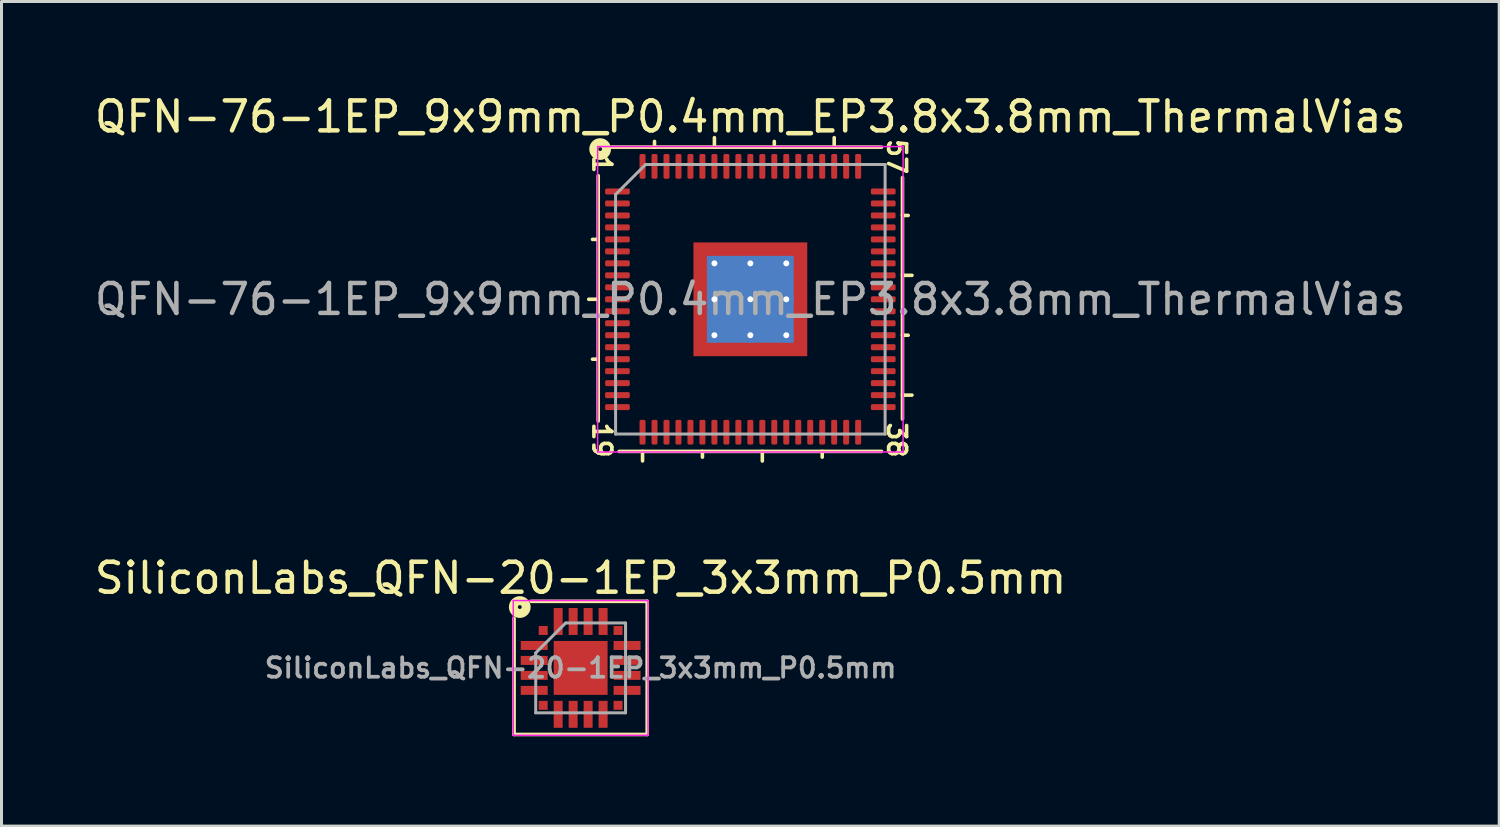
<source format=kicad_pcb>
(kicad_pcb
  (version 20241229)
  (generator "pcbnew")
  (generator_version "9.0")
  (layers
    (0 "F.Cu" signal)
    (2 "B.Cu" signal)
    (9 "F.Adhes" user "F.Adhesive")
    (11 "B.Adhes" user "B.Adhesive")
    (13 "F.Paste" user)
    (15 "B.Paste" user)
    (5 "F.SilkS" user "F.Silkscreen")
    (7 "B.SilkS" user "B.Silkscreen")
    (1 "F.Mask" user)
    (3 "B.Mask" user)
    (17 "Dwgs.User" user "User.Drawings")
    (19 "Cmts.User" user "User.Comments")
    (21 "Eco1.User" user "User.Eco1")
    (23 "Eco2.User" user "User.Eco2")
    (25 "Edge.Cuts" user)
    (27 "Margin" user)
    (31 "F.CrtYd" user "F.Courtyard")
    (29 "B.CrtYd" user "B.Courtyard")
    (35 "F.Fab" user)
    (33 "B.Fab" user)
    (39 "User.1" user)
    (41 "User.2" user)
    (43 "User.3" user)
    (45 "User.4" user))
  (footprint "QFN-76-1EP_9x9mm_P0.4mm_EP3.8x3.8mm_ThermalVias"
    (layer "F.Cu")
    (at 22.006 6.944)
    (property "Reference" "QFN-76-1EP_9x9mm_P0.4mm_EP3.8x3.8mm_ThermalVias" (at 0 -6.096 0) (layer "F.SilkS") (effects (font (size 1 1) (thickness 0.15))))
    (attr smd)
    (fp_line (start -5.08 -4.128) (end -5.08 4.064) (stroke (width 0.12) (type solid)) (layer "F.SilkS"))
    (fp_line (start -5.08 -2) (end -5.271 -2) (stroke (width 0.12) (type solid)) (layer "F.SilkS"))
    (fp_line (start -5.08 0) (end -5.397 0) (stroke (width 0.12) (type solid)) (layer "F.SilkS"))
    (fp_line (start -5.08 2) (end -5.271 2) (stroke (width 0.12) (type solid)) (layer "F.SilkS"))
    (fp_line (start -4.381 5.08) (end 4.381 5.08) (stroke (width 0.12) (type solid)) (layer "F.SilkS"))
    (fp_line (start -3.6 5.08) (end -3.6 5.397) (stroke (width 0.12) (type solid)) (layer "F.SilkS"))
    (fp_line (start -3.2 -5.08) (end -3.2 -5.271) (stroke (width 0.12) (type solid)) (layer "F.SilkS"))
    (fp_line (start -1.6 5.08) (end -1.6 5.271) (stroke (width 0.12) (type solid)) (layer "F.SilkS"))
    (fp_line (start -1.2 -5.08) (end -1.2 -5.397) (stroke (width 0.12) (type solid)) (layer "F.SilkS"))
    (fp_line (start 0.4 5.08) (end 0.4 5.4) (stroke (width 0.12) (type solid)) (layer "F.SilkS"))
    (fp_line (start 0.8 -5.08) (end 0.8 -5.271) (stroke (width 0.12) (type solid)) (layer "F.SilkS"))
    (fp_line (start 2.4 5.08) (end 2.4 5.271) (stroke (width 0.12) (type solid)) (layer "F.SilkS"))
    (fp_line (start 2.8 -5.08) (end 2.8 -5.397) (stroke (width 0.12) (type solid)) (layer "F.SilkS"))
    (fp_line (start 4.381 -5.08) (end -4.636 -5.08) (stroke (width 0.12) (type solid)) (layer "F.SilkS"))
    (fp_line (start 5.08 -2.8) (end 5.271 -2.8) (stroke (width 0.12) (type solid)) (layer "F.SilkS"))
    (fp_line (start 5.08 -0.8) (end 5.397 -0.8) (stroke (width 0.12) (type solid)) (layer "F.SilkS"))
    (fp_line (start 5.08 1.2) (end 5.271 1.2) (stroke (width 0.12) (type solid)) (layer "F.SilkS"))
    (fp_line (start 5.08 3.2) (end 5.397 3.2) (stroke (width 0.12) (type solid)) (layer "F.SilkS"))
    (fp_line (start 5.08 4) (end 5.08 -4.064) (stroke (width 0.12) (type solid)) (layer "F.SilkS"))
    (fp_circle (center -5.016 -5.016) (end -4.953 -5.016) (stroke (width 0.3) (type solid)) (fill no) (layer "F.SilkS"))
    (fp_line (start -5.1 -5.1) (end -5.1 5.1) (stroke (width 0.05) (type solid)) (layer "F.CrtYd"))
    (fp_line (start -5.1 5.1) (end 5.1 5.1) (stroke (width 0.05) (type solid)) (layer "F.CrtYd"))
    (fp_line (start 5.1 -5.1) (end -5.1 -5.1) (stroke (width 0.05) (type solid)) (layer "F.CrtYd"))
    (fp_line (start 5.1 5.1) (end 5.1 -5.1) (stroke (width 0.05) (type solid)) (layer "F.CrtYd"))
    (fp_line (start -4.5 -3.5) (end -3.5 -4.5) (stroke (width 0.1) (type solid)) (layer "F.Fab"))
    (fp_line (start -4.5 4.5) (end -4.5 -3.5) (stroke (width 0.1) (type solid)) (layer "F.Fab"))
    (fp_line (start -3.5 -4.5) (end 4.5 -4.5) (stroke (width 0.1) (type solid)) (layer "F.Fab"))
    (fp_line (start 4.5 -4.5) (end 4.5 4.5) (stroke (width 0.1) (type solid)) (layer "F.Fab"))
    (fp_line (start 4.5 4.5) (end -4.5 4.5) (stroke (width 0.1) (type solid)) (layer "F.Fab"))
    (fp_text user "19" (at -4.953 4.699 270) (unlocked yes) (layer "F.SilkS") (effects (font (size 0.6 0.6) (thickness 0.12))))
    (fp_text user "38" (at 4.889 4.699 270) (unlocked yes) (layer "F.SilkS") (effects (font (size 0.6 0.6) (thickness 0.12))))
    (fp_text user "57" (at 4.889 -4.763 270) (unlocked yes) (layer "F.SilkS") (effects (font (size 0.6 0.6) (thickness 0.12))))
    (fp_text user "1" (at -4.953 -4.508 270) (unlocked yes) (layer "F.SilkS") (effects (font (size 0.6 0.6) (thickness 0.12))))
    (fp_text user "${REFERENCE}" (at 0 0 0) (layer "F.Fab") (effects (font (size 1 1) (thickness 0.15))))
    (pad "" smd custom (at -1.55 -1.55) (size 0.46 0.46) (layers "F.Paste") (options (anchor circle)) (primitives (gr_poly (pts (xy 0.178 0.092) (xy 0.092 0.178) (xy -0.178 0.178) (xy -0.178 -0.178) (xy 0.178 -0.178)) (width 0.208) (fill yes))))
    (pad "" smd custom (at -1.55 -0.6) (size 0.495 0.495) (layers "F.Paste") (options (anchor circle)) (primitives (gr_poly (pts (xy 0.212 -0.356) (xy 0.212 0.356) (xy 0.154 0.414) (xy -0.212 0.414) (xy -0.212 -0.414) (xy 0.154 -0.414)) (width 0.14) (fill yes))))
    (pad "" smd custom (at -1.55 0.6) (size 0.495 0.495) (layers "F.Paste") (options (anchor circle)) (primitives (gr_poly (pts (xy 0.212 -0.356) (xy 0.212 0.356) (xy 0.154 0.414) (xy -0.212 0.414) (xy -0.212 -0.414) (xy 0.154 -0.414)) (width 0.14) (fill yes))))
    (pad "" smd custom (at -1.55 1.55) (size 0.46 0.46) (layers "F.Paste") (options (anchor circle)) (primitives (gr_poly (pts (xy 0.178 -0.092) (xy 0.178 0.178) (xy -0.178 0.178) (xy -0.178 -0.178) (xy 0.092 -0.178)) (width 0.208) (fill yes))))
    (pad "" smd custom (at -0.6 -1.55) (size 0.495 0.495) (layers "F.Paste") (options (anchor circle)) (primitives (gr_poly (pts (xy 0.414 0.154) (xy 0.356 0.212) (xy -0.356 0.212) (xy -0.414 0.154) (xy -0.414 -0.212) (xy 0.414 -0.212)) (width 0.14) (fill yes))))
    (pad "" smd roundrect (at -0.6 -0.6) (size 0.967 0.967) (layers "F.Paste") (roundrect_rratio 0.25))
    (pad "" smd roundrect (at -0.6 0.6) (size 0.967 0.967) (layers "F.Paste") (roundrect_rratio 0.25))
    (pad "" smd custom (at -0.6 1.55) (size 0.495 0.495) (layers "F.Paste") (options (anchor circle)) (primitives (gr_poly (pts (xy 0.414 -0.154) (xy 0.414 0.212) (xy -0.414 0.212) (xy -0.414 -0.154) (xy -0.356 -0.212) (xy 0.356 -0.212)) (width 0.14) (fill yes))))
    (pad "" smd custom (at 0.6 -1.55) (size 0.495 0.495) (layers "F.Paste") (options (anchor circle)) (primitives (gr_poly (pts (xy 0.414 0.154) (xy 0.356 0.212) (xy -0.356 0.212) (xy -0.414 0.154) (xy -0.414 -0.212) (xy 0.414 -0.212)) (width 0.14) (fill yes))))
    (pad "" smd roundrect (at 0.6 -0.6) (size 0.967 0.967) (layers "F.Paste") (roundrect_rratio 0.25))
    (pad "" smd roundrect (at 0.6 0.6) (size 0.967 0.967) (layers "F.Paste") (roundrect_rratio 0.25))
    (pad "" smd custom (at 0.6 1.55) (size 0.495 0.495) (layers "F.Paste") (options (anchor circle)) (primitives (gr_poly (pts (xy 0.414 -0.154) (xy 0.414 0.212) (xy -0.414 0.212) (xy -0.414 -0.154) (xy -0.356 -0.212) (xy 0.356 -0.212)) (width 0.14) (fill yes))))
    (pad "" smd custom (at 1.55 -1.55) (size 0.46 0.46) (layers "F.Paste") (options (anchor circle)) (primitives (gr_poly (pts (xy 0.178 0.178) (xy -0.092 0.178) (xy -0.178 0.092) (xy -0.178 -0.178) (xy 0.178 -0.178)) (width 0.208) (fill yes))))
    (pad "" smd custom (at 1.55 -0.6) (size 0.495 0.495) (layers "F.Paste") (options (anchor circle)) (primitives (gr_poly (pts (xy 0.212 0.414) (xy -0.154 0.414) (xy -0.212 0.356) (xy -0.212 -0.356) (xy -0.154 -0.414) (xy 0.212 -0.414)) (width 0.14) (fill yes))))
    (pad "" smd custom (at 1.55 0.6) (size 0.495 0.495) (layers "F.Paste") (options (anchor circle)) (primitives (gr_poly (pts (xy 0.212 0.414) (xy -0.154 0.414) (xy -0.212 0.356) (xy -0.212 -0.356) (xy -0.154 -0.414) (xy 0.212 -0.414)) (width 0.14) (fill yes))))
    (pad "" smd custom (at 1.55 1.55) (size 0.46 0.46) (layers "F.Paste") (options (anchor circle)) (primitives (gr_poly (pts (xy 0.178 0.178) (xy -0.178 0.178) (xy -0.178 -0.092) (xy -0.092 -0.178) (xy 0.178 -0.178)) (width 0.208) (fill yes))))
    (pad "1" smd roundrect (at -4.438 -3.6) (size 0.825 0.2) (layers "F.Cu" "F.Mask" "F.Paste") (roundrect_rratio 0.25))
    (pad "2" smd roundrect (at -4.438 -3.2) (size 0.825 0.2) (layers "F.Cu" "F.Mask" "F.Paste") (roundrect_rratio 0.25))
    (pad "3" smd roundrect (at -4.438 -2.8) (size 0.825 0.2) (layers "F.Cu" "F.Mask" "F.Paste") (roundrect_rratio 0.25))
    (pad "4" smd roundrect (at -4.438 -2.4) (size 0.825 0.2) (layers "F.Cu" "F.Mask" "F.Paste") (roundrect_rratio 0.25))
    (pad "5" smd roundrect (at -4.438 -2) (size 0.825 0.2) (layers "F.Cu" "F.Mask" "F.Paste") (roundrect_rratio 0.25))
    (pad "6" smd roundrect (at -4.438 -1.6) (size 0.825 0.2) (layers "F.Cu" "F.Mask" "F.Paste") (roundrect_rratio 0.25))
    (pad "7" smd roundrect (at -4.438 -1.2) (size 0.825 0.2) (layers "F.Cu" "F.Mask" "F.Paste") (roundrect_rratio 0.25))
    (pad "8" smd roundrect (at -4.438 -0.8) (size 0.825 0.2) (layers "F.Cu" "F.Mask" "F.Paste") (roundrect_rratio 0.25))
    (pad "9" smd roundrect (at -4.438 -0.4) (size 0.825 0.2) (layers "F.Cu" "F.Mask" "F.Paste") (roundrect_rratio 0.25))
    (pad "10" smd roundrect (at -4.438 0) (size 0.825 0.2) (layers "F.Cu" "F.Mask" "F.Paste") (roundrect_rratio 0.25))
    (pad "11" smd roundrect (at -4.438 0.4) (size 0.825 0.2) (layers "F.Cu" "F.Mask" "F.Paste") (roundrect_rratio 0.25))
    (pad "12" smd roundrect (at -4.438 0.8) (size 0.825 0.2) (layers "F.Cu" "F.Mask" "F.Paste") (roundrect_rratio 0.25))
    (pad "13" smd roundrect (at -4.438 1.2) (size 0.825 0.2) (layers "F.Cu" "F.Mask" "F.Paste") (roundrect_rratio 0.25))
    (pad "14" smd roundrect (at -4.438 1.6) (size 0.825 0.2) (layers "F.Cu" "F.Mask" "F.Paste") (roundrect_rratio 0.25))
    (pad "15" smd roundrect (at -4.438 2) (size 0.825 0.2) (layers "F.Cu" "F.Mask" "F.Paste") (roundrect_rratio 0.25))
    (pad "16" smd roundrect (at -4.438 2.4) (size 0.825 0.2) (layers "F.Cu" "F.Mask" "F.Paste") (roundrect_rratio 0.25))
    (pad "17" smd roundrect (at -4.438 2.8) (size 0.825 0.2) (layers "F.Cu" "F.Mask" "F.Paste") (roundrect_rratio 0.25))
    (pad "18" smd roundrect (at -4.438 3.2) (size 0.825 0.2) (layers "F.Cu" "F.Mask" "F.Paste") (roundrect_rratio 0.25))
    (pad "19" smd roundrect (at -4.438 3.6) (size 0.825 0.2) (layers "F.Cu" "F.Mask" "F.Paste") (roundrect_rratio 0.25))
    (pad "20" smd roundrect (at -3.6 4.438) (size 0.2 0.825) (layers "F.Cu" "F.Mask" "F.Paste") (roundrect_rratio 0.25))
    (pad "21" smd roundrect (at -3.2 4.438) (size 0.2 0.825) (layers "F.Cu" "F.Mask" "F.Paste") (roundrect_rratio 0.25))
    (pad "22" smd roundrect (at -2.8 4.438) (size 0.2 0.825) (layers "F.Cu" "F.Mask" "F.Paste") (roundrect_rratio 0.25))
    (pad "23" smd roundrect (at -2.4 4.438) (size 0.2 0.825) (layers "F.Cu" "F.Mask" "F.Paste") (roundrect_rratio 0.25))
    (pad "24" smd roundrect (at -2 4.438) (size 0.2 0.825) (layers "F.Cu" "F.Mask" "F.Paste") (roundrect_rratio 0.25))
    (pad "25" smd roundrect (at -1.6 4.438) (size 0.2 0.825) (layers "F.Cu" "F.Mask" "F.Paste") (roundrect_rratio 0.25))
    (pad "26" smd roundrect (at -1.2 4.438) (size 0.2 0.825) (layers "F.Cu" "F.Mask" "F.Paste") (roundrect_rratio 0.25))
    (pad "27" smd roundrect (at -0.8 4.438) (size 0.2 0.825) (layers "F.Cu" "F.Mask" "F.Paste") (roundrect_rratio 0.25))
    (pad "28" smd roundrect (at -0.4 4.438) (size 0.2 0.825) (layers "F.Cu" "F.Mask" "F.Paste") (roundrect_rratio 0.25))
    (pad "29" smd roundrect (at 0 4.438) (size 0.2 0.825) (layers "F.Cu" "F.Mask" "F.Paste") (roundrect_rratio 0.25))
    (pad "30" smd roundrect (at 0.4 4.438) (size 0.2 0.825) (layers "F.Cu" "F.Mask" "F.Paste") (roundrect_rratio 0.25))
    (pad "31" smd roundrect (at 0.8 4.438) (size 0.2 0.825) (layers "F.Cu" "F.Mask" "F.Paste") (roundrect_rratio 0.25))
    (pad "32" smd roundrect (at 1.2 4.438) (size 0.2 0.825) (layers "F.Cu" "F.Mask" "F.Paste") (roundrect_rratio 0.25))
    (pad "33" smd roundrect (at 1.6 4.438) (size 0.2 0.825) (layers "F.Cu" "F.Mask" "F.Paste") (roundrect_rratio 0.25))
    (pad "34" smd roundrect (at 2 4.438) (size 0.2 0.825) (layers "F.Cu" "F.Mask" "F.Paste") (roundrect_rratio 0.25))
    (pad "35" smd roundrect (at 2.4 4.438) (size 0.2 0.825) (layers "F.Cu" "F.Mask" "F.Paste") (roundrect_rratio 0.25))
    (pad "36" smd roundrect (at 2.8 4.438) (size 0.2 0.825) (layers "F.Cu" "F.Mask" "F.Paste") (roundrect_rratio 0.25))
    (pad "37" smd roundrect (at 3.2 4.438) (size 0.2 0.825) (layers "F.Cu" "F.Mask" "F.Paste") (roundrect_rratio 0.25))
    (pad "38" smd roundrect (at 3.6 4.438) (size 0.2 0.825) (layers "F.Cu" "F.Mask" "F.Paste") (roundrect_rratio 0.25))
    (pad "39" smd roundrect (at 4.438 3.6) (size 0.825 0.2) (layers "F.Cu" "F.Mask" "F.Paste") (roundrect_rratio 0.25))
    (pad "40" smd roundrect (at 4.438 3.2) (size 0.825 0.2) (layers "F.Cu" "F.Mask" "F.Paste") (roundrect_rratio 0.25))
    (pad "41" smd roundrect (at 4.438 2.8) (size 0.825 0.2) (layers "F.Cu" "F.Mask" "F.Paste") (roundrect_rratio 0.25))
    (pad "42" smd roundrect (at 4.438 2.4) (size 0.825 0.2) (layers "F.Cu" "F.Mask" "F.Paste") (roundrect_rratio 0.25))
    (pad "43" smd roundrect (at 4.438 2) (size 0.825 0.2) (layers "F.Cu" "F.Mask" "F.Paste") (roundrect_rratio 0.25))
    (pad "44" smd roundrect (at 4.438 1.6) (size 0.825 0.2) (layers "F.Cu" "F.Mask" "F.Paste") (roundrect_rratio 0.25))
    (pad "45" smd roundrect (at 4.438 1.2) (size 0.825 0.2) (layers "F.Cu" "F.Mask" "F.Paste") (roundrect_rratio 0.25))
    (pad "46" smd roundrect (at 4.438 0.8) (size 0.825 0.2) (layers "F.Cu" "F.Mask" "F.Paste") (roundrect_rratio 0.25))
    (pad "47" smd roundrect (at 4.438 0.4) (size 0.825 0.2) (layers "F.Cu" "F.Mask" "F.Paste") (roundrect_rratio 0.25))
    (pad "48" smd roundrect (at 4.438 0) (size 0.825 0.2) (layers "F.Cu" "F.Mask" "F.Paste") (roundrect_rratio 0.25))
    (pad "49" smd roundrect (at 4.438 -0.4) (size 0.825 0.2) (layers "F.Cu" "F.Mask" "F.Paste") (roundrect_rratio 0.25))
    (pad "50" smd roundrect (at 4.438 -0.8) (size 0.825 0.2) (layers "F.Cu" "F.Mask" "F.Paste") (roundrect_rratio 0.25))
    (pad "51" smd roundrect (at 4.438 -1.2) (size 0.825 0.2) (layers "F.Cu" "F.Mask" "F.Paste") (roundrect_rratio 0.25))
    (pad "52" smd roundrect (at 4.438 -1.6) (size 0.825 0.2) (layers "F.Cu" "F.Mask" "F.Paste") (roundrect_rratio 0.25))
    (pad "53" smd roundrect (at 4.438 -2) (size 0.825 0.2) (layers "F.Cu" "F.Mask" "F.Paste") (roundrect_rratio 0.25))
    (pad "54" smd roundrect (at 4.438 -2.4) (size 0.825 0.2) (layers "F.Cu" "F.Mask" "F.Paste") (roundrect_rratio 0.25))
    (pad "55" smd roundrect (at 4.438 -2.8) (size 0.825 0.2) (layers "F.Cu" "F.Mask" "F.Paste") (roundrect_rratio 0.25))
    (pad "56" smd roundrect (at 4.438 -3.2) (size 0.825 0.2) (layers "F.Cu" "F.Mask" "F.Paste") (roundrect_rratio 0.25))
    (pad "57" smd roundrect (at 4.438 -3.6) (size 0.825 0.2) (layers "F.Cu" "F.Mask" "F.Paste") (roundrect_rratio 0.25))
    (pad "58" smd roundrect (at 3.6 -4.438) (size 0.2 0.825) (layers "F.Cu" "F.Mask" "F.Paste") (roundrect_rratio 0.25))
    (pad "59" smd roundrect (at 3.2 -4.438) (size 0.2 0.825) (layers "F.Cu" "F.Mask" "F.Paste") (roundrect_rratio 0.25))
    (pad "60" smd roundrect (at 2.8 -4.438) (size 0.2 0.825) (layers "F.Cu" "F.Mask" "F.Paste") (roundrect_rratio 0.25))
    (pad "61" smd roundrect (at 2.4 -4.438) (size 0.2 0.825) (layers "F.Cu" "F.Mask" "F.Paste") (roundrect_rratio 0.25))
    (pad "62" smd roundrect (at 2 -4.438) (size 0.2 0.825) (layers "F.Cu" "F.Mask" "F.Paste") (roundrect_rratio 0.25))
    (pad "63" smd roundrect (at 1.6 -4.438) (size 0.2 0.825) (layers "F.Cu" "F.Mask" "F.Paste") (roundrect_rratio 0.25))
    (pad "64" smd roundrect (at 1.2 -4.438) (size 0.2 0.825) (layers "F.Cu" "F.Mask" "F.Paste") (roundrect_rratio 0.25))
    (pad "65" smd roundrect (at 0.8 -4.438) (size 0.2 0.825) (layers "F.Cu" "F.Mask" "F.Paste") (roundrect_rratio 0.25))
    (pad "66" smd roundrect (at 0.4 -4.438) (size 0.2 0.825) (layers "F.Cu" "F.Mask" "F.Paste") (roundrect_rratio 0.25))
    (pad "67" smd roundrect (at 0 -4.438) (size 0.2 0.825) (layers "F.Cu" "F.Mask" "F.Paste") (roundrect_rratio 0.25))
    (pad "68" smd roundrect (at -0.4 -4.438) (size 0.2 0.825) (layers "F.Cu" "F.Mask" "F.Paste") (roundrect_rratio 0.25))
    (pad "69" smd roundrect (at -0.8 -4.438) (size 0.2 0.825) (layers "F.Cu" "F.Mask" "F.Paste") (roundrect_rratio 0.25))
    (pad "70" smd roundrect (at -1.2 -4.438) (size 0.2 0.825) (layers "F.Cu" "F.Mask" "F.Paste") (roundrect_rratio 0.25))
    (pad "71" smd roundrect (at -1.6 -4.438) (size 0.2 0.825) (layers "F.Cu" "F.Mask" "F.Paste") (roundrect_rratio 0.25))
    (pad "72" smd roundrect (at -2 -4.438) (size 0.2 0.825) (layers "F.Cu" "F.Mask" "F.Paste") (roundrect_rratio 0.25))
    (pad "73" smd roundrect (at -2.4 -4.438) (size 0.2 0.825) (layers "F.Cu" "F.Mask" "F.Paste") (roundrect_rratio 0.25))
    (pad "74" smd roundrect (at -2.8 -4.438) (size 0.2 0.825) (layers "F.Cu" "F.Mask" "F.Paste") (roundrect_rratio 0.25))
    (pad "75" smd roundrect (at -3.2 -4.438) (size 0.2 0.825) (layers "F.Cu" "F.Mask" "F.Paste") (roundrect_rratio 0.25))
    (pad "76" smd roundrect (at -3.6 -4.438) (size 0.2 0.825) (layers "F.Cu" "F.Mask" "F.Paste") (roundrect_rratio 0.25))
    (pad "77" thru_hole circle (at -1.2 -1.2) (size 0.5 0.5) (drill 0.2) (layers "*.Cu"))
    (pad "77" thru_hole circle (at -1.2 0) (size 0.5 0.5) (drill 0.2) (layers "*.Cu"))
    (pad "77" thru_hole circle (at -1.2 1.2) (size 0.5 0.5) (drill 0.2) (layers "*.Cu"))
    (pad "77" thru_hole circle (at 0 -1.2) (size 0.5 0.5) (drill 0.2) (layers "*.Cu"))
    (pad "77" thru_hole circle (at 0 0) (size 0.5 0.5) (drill 0.2) (layers "*.Cu"))
    (pad "77" smd rect (at 0 0) (size 2.9 2.9) (layers "B.Cu" "B.Mask"))
    (pad "77" smd rect (at 0 0) (size 3.8 3.8) (layers "F.Cu" "F.Mask"))
    (pad "77" thru_hole circle (at 0 1.2) (size 0.5 0.5) (drill 0.2) (layers "*.Cu"))
    (pad "77" thru_hole circle (at 1.2 -1.2) (size 0.5 0.5) (drill 0.2) (layers "*.Cu"))
    (pad "77" thru_hole circle (at 1.2 0) (size 0.5 0.5) (drill 0.2) (layers "*.Cu"))
    (pad "77" thru_hole circle (at 1.2 1.2) (size 0.5 0.5) (drill 0.2) (layers "*.Cu")))
  (footprint "SiliconLabs_QFN-20-1EP_3x3mm_P0.5mm"
    (layer "F.Cu")
    (at 16.339 19.253)
    (property "Reference" "SiliconLabs_QFN-20-1EP_3x3mm_P0.5mm" (at 0 -3 0) (layer "F.SilkS") (effects (font (size 1 1) (thickness 0.15))))
    (attr smd)
    (fp_line (start -2.223 2.223) (end -2.223 -1.651) (stroke (width 0.12) (type solid)) (layer "F.SilkS"))
    (fp_line (start -1.651 -2.223) (end 2.223 -2.223) (stroke (width 0.12) (type solid)) (layer "F.SilkS"))
    (fp_line (start 2.223 -2.223) (end 2.223 2.223) (stroke (width 0.12) (type solid)) (layer "F.SilkS"))
    (fp_line (start 2.223 2.223) (end -2.223 2.223) (stroke (width 0.12) (type solid)) (layer "F.SilkS"))
    (fp_circle (center -2.032 -2.032) (end -1.968 -2.032) (stroke (width 0.3) (type solid)) (fill no) (layer "F.SilkS"))
    (fp_line (start -2.25 -2.25) (end -2.25 2.25) (stroke (width 0.05) (type solid)) (layer "F.CrtYd"))
    (fp_line (start -2.25 2.25) (end 2.25 2.25) (stroke (width 0.05) (type solid)) (layer "F.CrtYd"))
    (fp_line (start 2.25 -2.25) (end -2.25 -2.25) (stroke (width 0.05) (type solid)) (layer "F.CrtYd"))
    (fp_line (start 2.25 2.25) (end 2.25 -2.25) (stroke (width 0.05) (type solid)) (layer "F.CrtYd"))
    (fp_line (start -1.5 -0.5) (end -0.5 -1.5) (stroke (width 0.1) (type solid)) (layer "F.Fab"))
    (fp_line (start -1.5 1.5) (end -1.5 -0.5) (stroke (width 0.1) (type solid)) (layer "F.Fab"))
    (fp_line (start -0.5 -1.5) (end 1.5 -1.5) (stroke (width 0.1) (type solid)) (layer "F.Fab"))
    (fp_line (start 1.5 -1.5) (end 1.5 1.5) (stroke (width 0.1) (type solid)) (layer "F.Fab"))
    (fp_line (start 1.5 1.5) (end -1.5 1.5) (stroke (width 0.1) (type solid)) (layer "F.Fab"))
    (fp_text user "${REFERENCE}" (at 0 0 0) (layer "F.Fab") (effects (font (size 0.65 0.65) (thickness 0.125))))
    (pad "" smd rect (at -0.45 -0.45) (size 0.54 0.54) (layers "F.Paste"))
    (pad "" smd rect (at -0.45 0.45) (size 0.54 0.54) (layers "F.Paste"))
    (pad "" smd rect (at 0.45 -0.45) (size 0.54 0.54) (layers "F.Paste"))
    (pad "" smd rect (at 0.45 0.45) (size 0.54 0.54) (layers "F.Paste"))
    (pad "1" smd rect (at -1.25 -1.25) (size 0.3 0.3) (layers "F.Cu" "F.Mask" "F.Paste"))
    (pad "2" smd rect (at -1.55 -0.75) (size 0.9 0.3) (layers "F.Cu" "F.Mask" "F.Paste"))
    (pad "3" smd rect (at -1.55 -0.25) (size 0.9 0.3) (layers "F.Cu" "F.Mask" "F.Paste"))
    (pad "4" smd rect (at -1.55 0.25) (size 0.9 0.3) (layers "F.Cu" "F.Mask" "F.Paste"))
    (pad "5" smd rect (at -1.55 0.75) (size 0.9 0.3) (layers "F.Cu" "F.Mask" "F.Paste"))
    (pad "6" smd rect (at -1.25 1.25) (size 0.3 0.3) (layers "F.Cu" "F.Mask" "F.Paste"))
    (pad "7" smd rect (at -0.75 1.55 90) (size 0.9 0.3) (layers "F.Cu" "F.Mask" "F.Paste"))
    (pad "8" smd rect (at -0.25 1.55 90) (size 0.9 0.3) (layers "F.Cu" "F.Mask" "F.Paste"))
    (pad "9" smd rect (at 0.25 1.55 90) (size 0.9 0.3) (layers "F.Cu" "F.Mask" "F.Paste"))
    (pad "10" smd rect (at 0.75 1.55 90) (size 0.9 0.3) (layers "F.Cu" "F.Mask" "F.Paste"))
    (pad "11" smd rect (at 1.25 1.25) (size 0.3 0.3) (layers "F.Cu" "F.Mask" "F.Paste"))
    (pad "12" smd rect (at 1.55 0.75) (size 0.9 0.3) (layers "F.Cu" "F.Mask" "F.Paste"))
    (pad "13" smd rect (at 1.55 0.25) (size 0.9 0.3) (layers "F.Cu" "F.Mask" "F.Paste"))
    (pad "14" smd rect (at 1.55 -0.25) (size 0.9 0.3) (layers "F.Cu" "F.Mask" "F.Paste"))
    (pad "15" smd rect (at 1.55 -0.75) (size 0.9 0.3) (layers "F.Cu" "F.Mask" "F.Paste"))
    (pad "16" smd rect (at 1.25 -1.25) (size 0.3 0.3) (layers "F.Cu" "F.Mask" "F.Paste"))
    (pad "17" smd rect (at 0.75 -1.55 90) (size 0.9 0.3) (layers "F.Cu" "F.Mask" "F.Paste"))
    (pad "18" smd rect (at 0.25 -1.55 90) (size 0.9 0.3) (layers "F.Cu" "F.Mask" "F.Paste"))
    (pad "19" smd rect (at -0.25 -1.55 90) (size 0.9 0.3) (layers "F.Cu" "F.Mask" "F.Paste"))
    (pad "20" smd rect (at -0.75 -1.55 90) (size 0.9 0.3) (layers "F.Cu" "F.Mask" "F.Paste"))
    (pad "21" smd rect (at 0 0) (size 1.8 1.8) (layers "F.Cu" "F.Mask")))
  (gr_rect
    (start -3 -3)
    (end 47.012 24.535)
    (stroke (width 0.1) (type default))
    (fill no)
    (layer "Edge.Cuts")))
</source>
